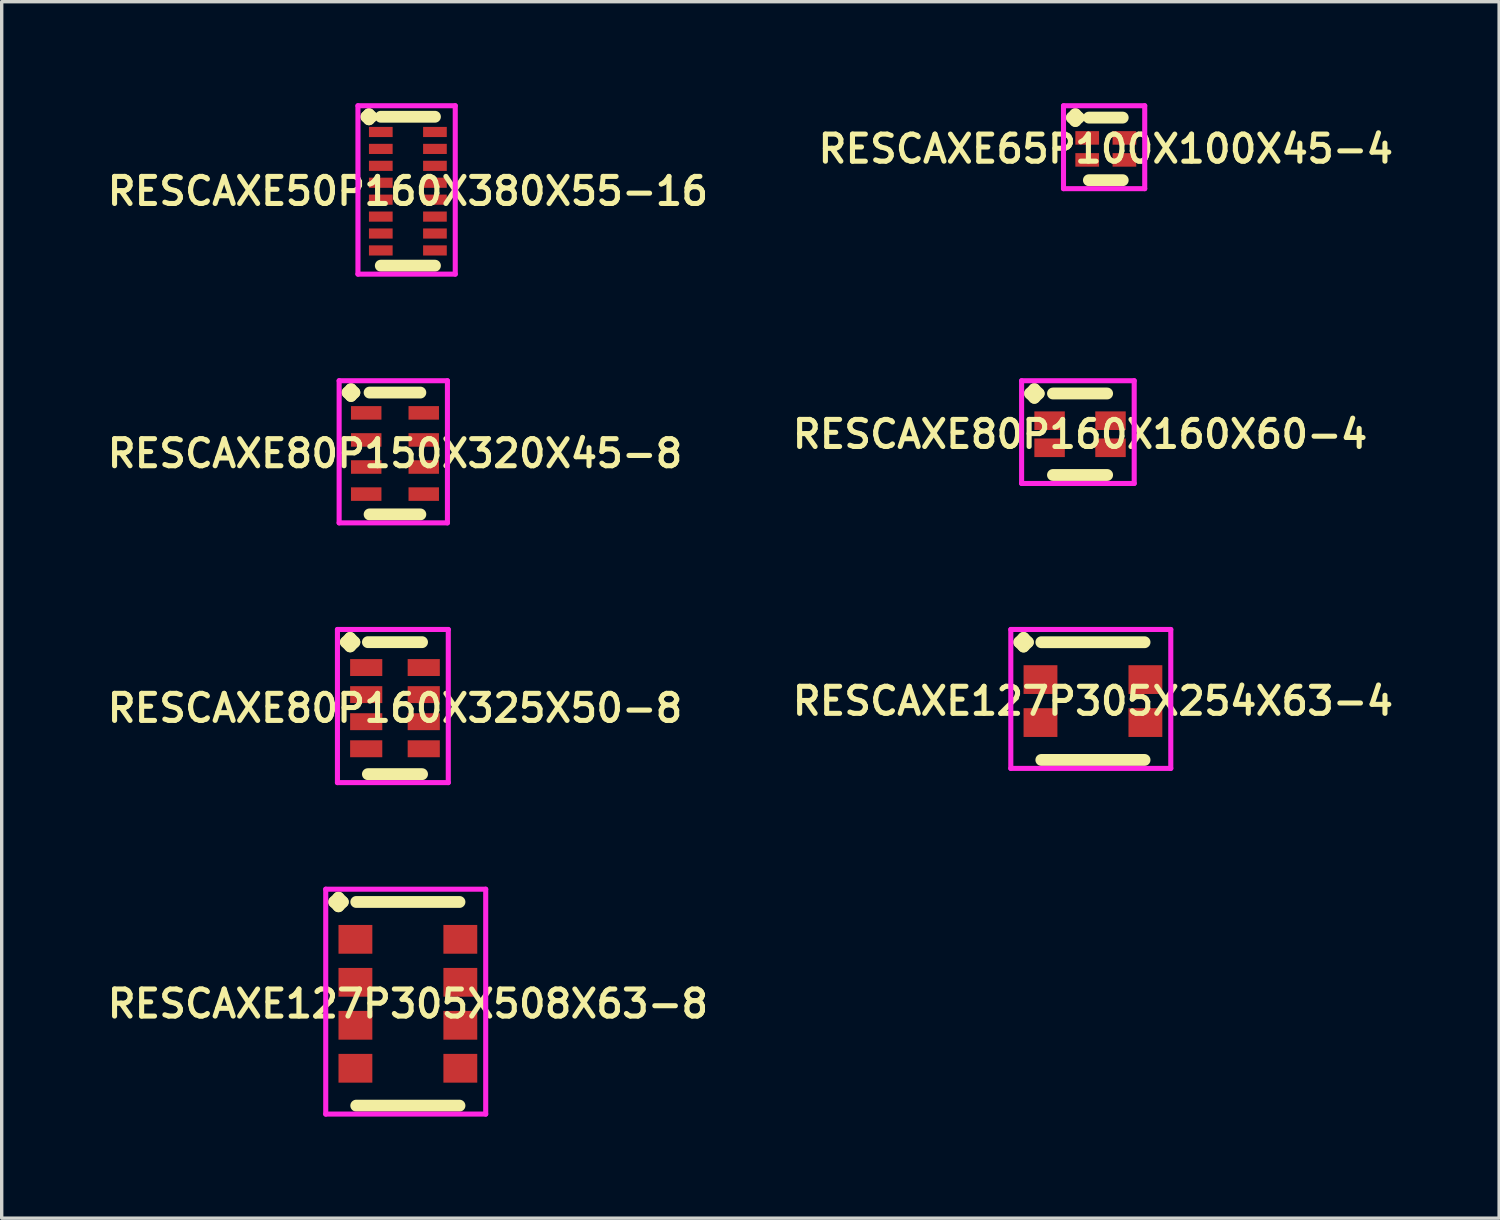
<source format=kicad_pcb>
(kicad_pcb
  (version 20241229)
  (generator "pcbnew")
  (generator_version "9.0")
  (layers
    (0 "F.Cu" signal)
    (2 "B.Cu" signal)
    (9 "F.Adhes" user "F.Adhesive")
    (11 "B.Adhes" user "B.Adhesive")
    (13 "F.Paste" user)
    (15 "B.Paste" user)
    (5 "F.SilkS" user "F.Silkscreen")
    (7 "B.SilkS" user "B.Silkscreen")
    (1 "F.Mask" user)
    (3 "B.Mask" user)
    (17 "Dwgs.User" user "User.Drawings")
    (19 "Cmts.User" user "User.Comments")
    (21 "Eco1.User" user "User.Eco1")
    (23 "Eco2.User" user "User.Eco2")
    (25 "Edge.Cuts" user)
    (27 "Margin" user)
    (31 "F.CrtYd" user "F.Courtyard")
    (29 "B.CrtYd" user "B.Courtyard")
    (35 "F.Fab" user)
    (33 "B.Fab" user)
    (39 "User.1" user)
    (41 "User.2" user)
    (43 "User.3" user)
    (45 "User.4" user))
  (footprint "RESCAXE80P160X325X50-8"
    (layer "F.Cu")
    (at 8.621 17.875)
    (property "Reference" "RESCAXE80P160X325X50-8" (at 0 0 0) (layer "F.SilkS") (effects (font (size 0.8 0.8) (thickness 0.15))))
    (attr smd)
    (fp_line (start -1.45 -1.95) (end -1.325 -2.075) (stroke (width 0.35) (type solid)) (layer "F.SilkS"))
    (fp_line (start -1.325 -2.075) (end -1.2 -1.95) (stroke (width 0.35) (type solid)) (layer "F.SilkS"))
    (fp_line (start -1.325 -1.825) (end -1.45 -1.95) (stroke (width 0.35) (type solid)) (layer "F.SilkS"))
    (fp_line (start -1.2 -1.95) (end -1.325 -1.825) (stroke (width 0.35) (type solid)) (layer "F.SilkS"))
    (fp_line (start -0.8 -1.95) (end 0.8 -1.95) (stroke (width 0.35) (type solid)) (layer "F.SilkS"))
    (fp_line (start -0.8 1.95) (end 0.8 1.95) (stroke (width 0.35) (type solid)) (layer "F.SilkS"))
    (fp_line (start -1.7 -2.325) (end 1.575 -2.325) (stroke (width 0.15) (type solid)) (layer "F.CrtYd"))
    (fp_line (start -1.7 2.2) (end -1.7 -2.325) (stroke (width 0.15) (type solid)) (layer "F.CrtYd"))
    (fp_line (start 1.575 -2.325) (end 1.575 2.2) (stroke (width 0.15) (type solid)) (layer "F.CrtYd"))
    (fp_line (start 1.575 2.2) (end -1.7 2.2) (stroke (width 0.15) (type solid)) (layer "F.CrtYd"))
    (pad "1" smd rect (at -0.85 -1.2) (size 0.95 0.5) (layers "F.Cu" "F.Mask" "F.Paste"))
    (pad "2" smd rect (at -0.85 -0.4) (size 0.95 0.5) (layers "F.Cu" "F.Mask" "F.Paste"))
    (pad "3" smd rect (at -0.85 0.4) (size 0.95 0.5) (layers "F.Cu" "F.Mask" "F.Paste"))
    (pad "4" smd rect (at -0.85 1.2) (size 0.95 0.5) (layers "F.Cu" "F.Mask" "F.Paste"))
    (pad "5" smd rect (at 0.85 1.2) (size 0.95 0.5) (layers "F.Cu" "F.Mask" "F.Paste"))
    (pad "6" smd rect (at 0.85 0.4) (size 0.95 0.5) (layers "F.Cu" "F.Mask" "F.Paste"))
    (pad "7" smd rect (at 0.85 -0.4) (size 0.95 0.5) (layers "F.Cu" "F.Mask" "F.Paste"))
    (pad "8" smd rect (at 0.85 -1.2) (size 0.95 0.5) (layers "F.Cu" "F.Mask" "F.Paste")))
  (footprint "RESCAXE127P305X508X63-8"
    (layer "F.Cu")
    (at 9.002 26.611)
    (property "Reference" "RESCAXE127P305X508X63-8" (at 0 0 0) (layer "F.SilkS") (effects (font (size 0.8 0.8) (thickness 0.15))))
    (attr smd)
    (fp_line (start -2.177 -3.009) (end -2.05 -3.136) (stroke (width 0.35) (type solid)) (layer "F.SilkS"))
    (fp_line (start -2.05 -3.136) (end -1.923 -3.009) (stroke (width 0.35) (type solid)) (layer "F.SilkS"))
    (fp_line (start -2.05 -2.882) (end -2.177 -3.009) (stroke (width 0.35) (type solid)) (layer "F.SilkS"))
    (fp_line (start -1.923 -3.009) (end -2.05 -2.882) (stroke (width 0.35) (type solid)) (layer "F.SilkS"))
    (fp_line (start -1.525 -3.009) (end 1.525 -3.009) (stroke (width 0.35) (type solid)) (layer "F.SilkS"))
    (fp_line (start -1.525 3.009) (end 1.525 3.009) (stroke (width 0.35) (type solid)) (layer "F.SilkS"))
    (fp_line (start -2.427 -3.386) (end 2.3 -3.386) (stroke (width 0.15) (type solid)) (layer "F.CrtYd"))
    (fp_line (start -2.427 3.259) (end -2.427 -3.386) (stroke (width 0.15) (type solid)) (layer "F.CrtYd"))
    (fp_line (start 2.3 -3.386) (end 2.3 3.259) (stroke (width 0.15) (type solid)) (layer "F.CrtYd"))
    (fp_line (start 2.3 3.259) (end -2.427 3.259) (stroke (width 0.15) (type solid)) (layer "F.CrtYd"))
    (pad "1" smd rect (at -1.55 -1.905) (size 1 0.85) (layers "F.Cu" "F.Mask" "F.Paste"))
    (pad "2" smd rect (at -1.55 -0.635) (size 1 0.85) (layers "F.Cu" "F.Mask" "F.Paste"))
    (pad "3" smd rect (at -1.55 0.635) (size 1 0.85) (layers "F.Cu" "F.Mask" "F.Paste"))
    (pad "4" smd rect (at -1.55 1.905) (size 1 0.85) (layers "F.Cu" "F.Mask" "F.Paste"))
    (pad "5" smd rect (at 1.55 1.905) (size 1 0.85) (layers "F.Cu" "F.Mask" "F.Paste"))
    (pad "6" smd rect (at 1.55 0.635) (size 1 0.85) (layers "F.Cu" "F.Mask" "F.Paste"))
    (pad "7" smd rect (at 1.55 -0.635) (size 1 0.85) (layers "F.Cu" "F.Mask" "F.Paste"))
    (pad "8" smd rect (at 1.55 -1.905) (size 1 0.85) (layers "F.Cu" "F.Mask" "F.Paste")))
  (footprint "RESCAXE80P150X320X45-8"
    (layer "F.Cu")
    (at 8.621 10.35)
    (property "Reference" "RESCAXE80P150X320X45-8" (at 0 0 0) (layer "F.SilkS") (effects (font (size 0.8 0.8) (thickness 0.15))))
    (attr smd)
    (fp_line (start -1.4 -1.8) (end -1.3 -1.9) (stroke (width 0.35) (type solid)) (layer "F.SilkS"))
    (fp_line (start -1.3 -1.9) (end -1.2 -1.8) (stroke (width 0.35) (type solid)) (layer "F.SilkS"))
    (fp_line (start -1.3 -1.7) (end -1.4 -1.8) (stroke (width 0.35) (type solid)) (layer "F.SilkS"))
    (fp_line (start -1.2 -1.8) (end -1.3 -1.7) (stroke (width 0.35) (type solid)) (layer "F.SilkS"))
    (fp_line (start -0.75 -1.8) (end 0.75 -1.8) (stroke (width 0.35) (type solid)) (layer "F.SilkS"))
    (fp_line (start -0.75 1.8) (end 0.75 1.8) (stroke (width 0.35) (type solid)) (layer "F.SilkS"))
    (fp_line (start -1.65 -2.15) (end 1.55 -2.15) (stroke (width 0.15) (type solid)) (layer "F.CrtYd"))
    (fp_line (start -1.65 2.05) (end -1.65 -2.15) (stroke (width 0.15) (type solid)) (layer "F.CrtYd"))
    (fp_line (start 1.55 -2.15) (end 1.55 2.05) (stroke (width 0.15) (type solid)) (layer "F.CrtYd"))
    (fp_line (start 1.55 2.05) (end -1.65 2.05) (stroke (width 0.15) (type solid)) (layer "F.CrtYd"))
    (pad "1" smd rect (at -0.85 -1.2) (size 0.9 0.4) (layers "F.Cu" "F.Mask" "F.Paste"))
    (pad "2" smd rect (at -0.85 -0.4) (size 0.9 0.4) (layers "F.Cu" "F.Mask" "F.Paste"))
    (pad "3" smd rect (at -0.85 0.4) (size 0.9 0.4) (layers "F.Cu" "F.Mask" "F.Paste"))
    (pad "4" smd rect (at -0.85 1.2) (size 0.9 0.4) (layers "F.Cu" "F.Mask" "F.Paste"))
    (pad "5" smd rect (at 0.85 1.2) (size 0.9 0.4) (layers "F.Cu" "F.Mask" "F.Paste"))
    (pad "6" smd rect (at 0.85 0.4) (size 0.9 0.4) (layers "F.Cu" "F.Mask" "F.Paste"))
    (pad "7" smd rect (at 0.85 -0.4) (size 0.9 0.4) (layers "F.Cu" "F.Mask" "F.Paste"))
    (pad "8" smd rect (at 0.85 -1.2) (size 0.9 0.4) (layers "F.Cu" "F.Mask" "F.Paste")))
  (footprint "RESCAXE65P100X100X45-4"
    (layer "F.Cu")
    (at 29.625 1.35)
    (property "Reference" "RESCAXE65P100X100X45-4" (at 0 0 0) (layer "F.SilkS") (effects (font (size 0.8 0.8) (thickness 0.15))))
    (attr smd)
    (fp_line (start -1 -0.925) (end -0.9 -1.025) (stroke (width 0.35) (type solid)) (layer "F.SilkS"))
    (fp_line (start -0.9 -1.025) (end -0.8 -0.925) (stroke (width 0.35) (type solid)) (layer "F.SilkS"))
    (fp_line (start -0.9 -0.825) (end -1 -0.925) (stroke (width 0.35) (type solid)) (layer "F.SilkS"))
    (fp_line (start -0.8 -0.925) (end -0.9 -0.825) (stroke (width 0.35) (type solid)) (layer "F.SilkS"))
    (fp_line (start -0.5 -0.925) (end 0.5 -0.925) (stroke (width 0.35) (type solid)) (layer "F.SilkS"))
    (fp_line (start -0.5 0.925) (end 0.5 0.925) (stroke (width 0.35) (type solid)) (layer "F.SilkS"))
    (fp_line (start -1.25 -1.275) (end 1.15 -1.275) (stroke (width 0.15) (type solid)) (layer "F.CrtYd"))
    (fp_line (start -1.25 1.175) (end -1.25 -1.275) (stroke (width 0.15) (type solid)) (layer "F.CrtYd"))
    (fp_line (start 1.15 -1.275) (end 1.15 1.175) (stroke (width 0.15) (type solid)) (layer "F.CrtYd"))
    (fp_line (start 1.15 1.175) (end -1.25 1.175) (stroke (width 0.15) (type solid)) (layer "F.CrtYd"))
    (pad "1" smd rect (at -0.55 -0.325) (size 0.7 0.4) (layers "F.Cu" "F.Mask" "F.Paste"))
    (pad "2" smd rect (at -0.55 0.325) (size 0.7 0.4) (layers "F.Cu" "F.Mask" "F.Paste"))
    (pad "3" smd rect (at 0.55 0.325) (size 0.7 0.4) (layers "F.Cu" "F.Mask" "F.Paste"))
    (pad "4" smd rect (at 0.55 -0.325) (size 0.7 0.4) (layers "F.Cu" "F.Mask" "F.Paste")))
  (footprint "RESCAXE80P160X160X60-4"
    (layer "F.Cu")
    (at 28.864 9.781)
    (property "Reference" "RESCAXE80P160X160X60-4" (at 0 0 0) (layer "F.SilkS") (effects (font (size 0.8 0.8) (thickness 0.15))))
    (attr smd)
    (fp_line (start -1.477 -1.204) (end -1.35 -1.331) (stroke (width 0.35) (type solid)) (layer "F.SilkS"))
    (fp_line (start -1.35 -1.331) (end -1.223 -1.204) (stroke (width 0.35) (type solid)) (layer "F.SilkS"))
    (fp_line (start -1.35 -1.077) (end -1.477 -1.204) (stroke (width 0.35) (type solid)) (layer "F.SilkS"))
    (fp_line (start -1.223 -1.204) (end -1.35 -1.077) (stroke (width 0.35) (type solid)) (layer "F.SilkS"))
    (fp_line (start -0.8 -1.204) (end 0.8 -1.204) (stroke (width 0.35) (type solid)) (layer "F.SilkS"))
    (fp_line (start -0.8 1.204) (end 0.8 1.204) (stroke (width 0.35) (type solid)) (layer "F.SilkS"))
    (fp_line (start -1.727 -1.581) (end 1.6 -1.581) (stroke (width 0.15) (type solid)) (layer "F.CrtYd"))
    (fp_line (start -1.727 1.454) (end -1.727 -1.581) (stroke (width 0.15) (type solid)) (layer "F.CrtYd"))
    (fp_line (start 1.6 -1.581) (end 1.6 1.454) (stroke (width 0.15) (type solid)) (layer "F.CrtYd"))
    (fp_line (start 1.6 1.454) (end -1.727 1.454) (stroke (width 0.15) (type solid)) (layer "F.CrtYd"))
    (pad "1" smd rect (at -0.9 -0.4) (size 0.9 0.55) (layers "F.Cu" "F.Mask" "F.Paste"))
    (pad "2" smd rect (at -0.9 0.4) (size 0.9 0.55) (layers "F.Cu" "F.Mask" "F.Paste"))
    (pad "3" smd rect (at 0.9 0.4) (size 0.9 0.55) (layers "F.Cu" "F.Mask" "F.Paste"))
    (pad "4" smd rect (at 0.9 -0.4) (size 0.9 0.55) (layers "F.Cu" "F.Mask" "F.Paste")))
  (footprint "RESCAXE50P160X380X55-16"
    (layer "F.Cu")
    (at 9.002 2.6)
    (property "Reference" "RESCAXE50P160X380X55-16" (at 0 0 0) (layer "F.SilkS") (effects (font (size 0.8 0.8) (thickness 0.15))))
    (attr smd)
    (fp_line (start -1.225 -2.2) (end -1.15 -2.275) (stroke (width 0.35) (type solid)) (layer "F.SilkS"))
    (fp_line (start -1.15 -2.275) (end -1.075 -2.2) (stroke (width 0.35) (type solid)) (layer "F.SilkS"))
    (fp_line (start -1.15 -2.125) (end -1.225 -2.2) (stroke (width 0.35) (type solid)) (layer "F.SilkS"))
    (fp_line (start -1.075 -2.2) (end -1.15 -2.125) (stroke (width 0.35) (type solid)) (layer "F.SilkS"))
    (fp_line (start -0.8 -2.2) (end 0.8 -2.2) (stroke (width 0.35) (type solid)) (layer "F.SilkS"))
    (fp_line (start -0.8 2.2) (end 0.8 2.2) (stroke (width 0.35) (type solid)) (layer "F.SilkS"))
    (fp_line (start -1.475 -2.525) (end 1.4 -2.525) (stroke (width 0.15) (type solid)) (layer "F.CrtYd"))
    (fp_line (start -1.475 2.45) (end -1.475 -2.525) (stroke (width 0.15) (type solid)) (layer "F.CrtYd"))
    (fp_line (start 1.4 -2.525) (end 1.4 2.45) (stroke (width 0.15) (type solid)) (layer "F.CrtYd"))
    (fp_line (start 1.4 2.45) (end -1.475 2.45) (stroke (width 0.15) (type solid)) (layer "F.CrtYd"))
    (pad "1" smd rect (at -0.8 -1.75) (size 0.7 0.3) (layers "F.Cu" "F.Mask" "F.Paste"))
    (pad "2" smd rect (at -0.8 -1.25) (size 0.7 0.3) (layers "F.Cu" "F.Mask" "F.Paste"))
    (pad "3" smd rect (at -0.8 -0.75) (size 0.7 0.3) (layers "F.Cu" "F.Mask" "F.Paste"))
    (pad "4" smd rect (at -0.8 -0.25) (size 0.7 0.3) (layers "F.Cu" "F.Mask" "F.Paste"))
    (pad "5" smd rect (at -0.8 0.25) (size 0.7 0.3) (layers "F.Cu" "F.Mask" "F.Paste"))
    (pad "6" smd rect (at -0.8 0.75) (size 0.7 0.3) (layers "F.Cu" "F.Mask" "F.Paste"))
    (pad "7" smd rect (at -0.8 1.25) (size 0.7 0.3) (layers "F.Cu" "F.Mask" "F.Paste"))
    (pad "8" smd rect (at -0.8 1.75) (size 0.7 0.3) (layers "F.Cu" "F.Mask" "F.Paste"))
    (pad "9" smd rect (at 0.8 1.75) (size 0.7 0.3) (layers "F.Cu" "F.Mask" "F.Paste"))
    (pad "10" smd rect (at 0.8 1.25) (size 0.7 0.3) (layers "F.Cu" "F.Mask" "F.Paste"))
    (pad "11" smd rect (at 0.8 0.75) (size 0.7 0.3) (layers "F.Cu" "F.Mask" "F.Paste"))
    (pad "12" smd rect (at 0.8 0.25) (size 0.7 0.3) (layers "F.Cu" "F.Mask" "F.Paste"))
    (pad "13" smd rect (at 0.8 -0.25) (size 0.7 0.3) (layers "F.Cu" "F.Mask" "F.Paste"))
    (pad "14" smd rect (at 0.8 -0.75) (size 0.7 0.3) (layers "F.Cu" "F.Mask" "F.Paste"))
    (pad "15" smd rect (at 0.8 -1.25) (size 0.7 0.3) (layers "F.Cu" "F.Mask" "F.Paste"))
    (pad "16" smd rect (at 0.8 -1.75) (size 0.7 0.3) (layers "F.Cu" "F.Mask" "F.Paste")))
  (footprint "RESCAXE127P305X254X63-4"
    (layer "F.Cu")
    (at 29.245 17.666)
    (property "Reference" "RESCAXE127P305X254X63-4" (at 0 0 0) (layer "F.SilkS") (effects (font (size 0.8 0.8) (thickness 0.15))))
    (attr smd)
    (fp_line (start -2.177 -1.739) (end -2.05 -1.866) (stroke (width 0.35) (type solid)) (layer "F.SilkS"))
    (fp_line (start -2.05 -1.866) (end -1.923 -1.739) (stroke (width 0.35) (type solid)) (layer "F.SilkS"))
    (fp_line (start -2.05 -1.612) (end -2.177 -1.739) (stroke (width 0.35) (type solid)) (layer "F.SilkS"))
    (fp_line (start -1.923 -1.739) (end -2.05 -1.612) (stroke (width 0.35) (type solid)) (layer "F.SilkS"))
    (fp_line (start -1.525 -1.739) (end 1.525 -1.739) (stroke (width 0.35) (type solid)) (layer "F.SilkS"))
    (fp_line (start -1.525 1.739) (end 1.525 1.739) (stroke (width 0.35) (type solid)) (layer "F.SilkS"))
    (fp_line (start -2.427 -2.116) (end 2.3 -2.116) (stroke (width 0.15) (type solid)) (layer "F.CrtYd"))
    (fp_line (start -2.427 1.989) (end -2.427 -2.116) (stroke (width 0.15) (type solid)) (layer "F.CrtYd"))
    (fp_line (start 2.3 -2.116) (end 2.3 1.989) (stroke (width 0.15) (type solid)) (layer "F.CrtYd"))
    (fp_line (start 2.3 1.989) (end -2.427 1.989) (stroke (width 0.15) (type solid)) (layer "F.CrtYd"))
    (pad "1" smd rect (at -1.55 -0.635) (size 1 0.85) (layers "F.Cu" "F.Mask" "F.Paste"))
    (pad "2" smd rect (at -1.55 0.635) (size 1 0.85) (layers "F.Cu" "F.Mask" "F.Paste"))
    (pad "3" smd rect (at 1.55 0.635) (size 1 0.85) (layers "F.Cu" "F.Mask" "F.Paste"))
    (pad "4" smd rect (at 1.55 -0.635) (size 1 0.85) (layers "F.Cu" "F.Mask" "F.Paste")))
  (gr_rect
    (start -3 -3)
    (end 41.247 32.945)
    (stroke (width 0.1) (type default))
    (fill no)
    (layer "Edge.Cuts")))
</source>
